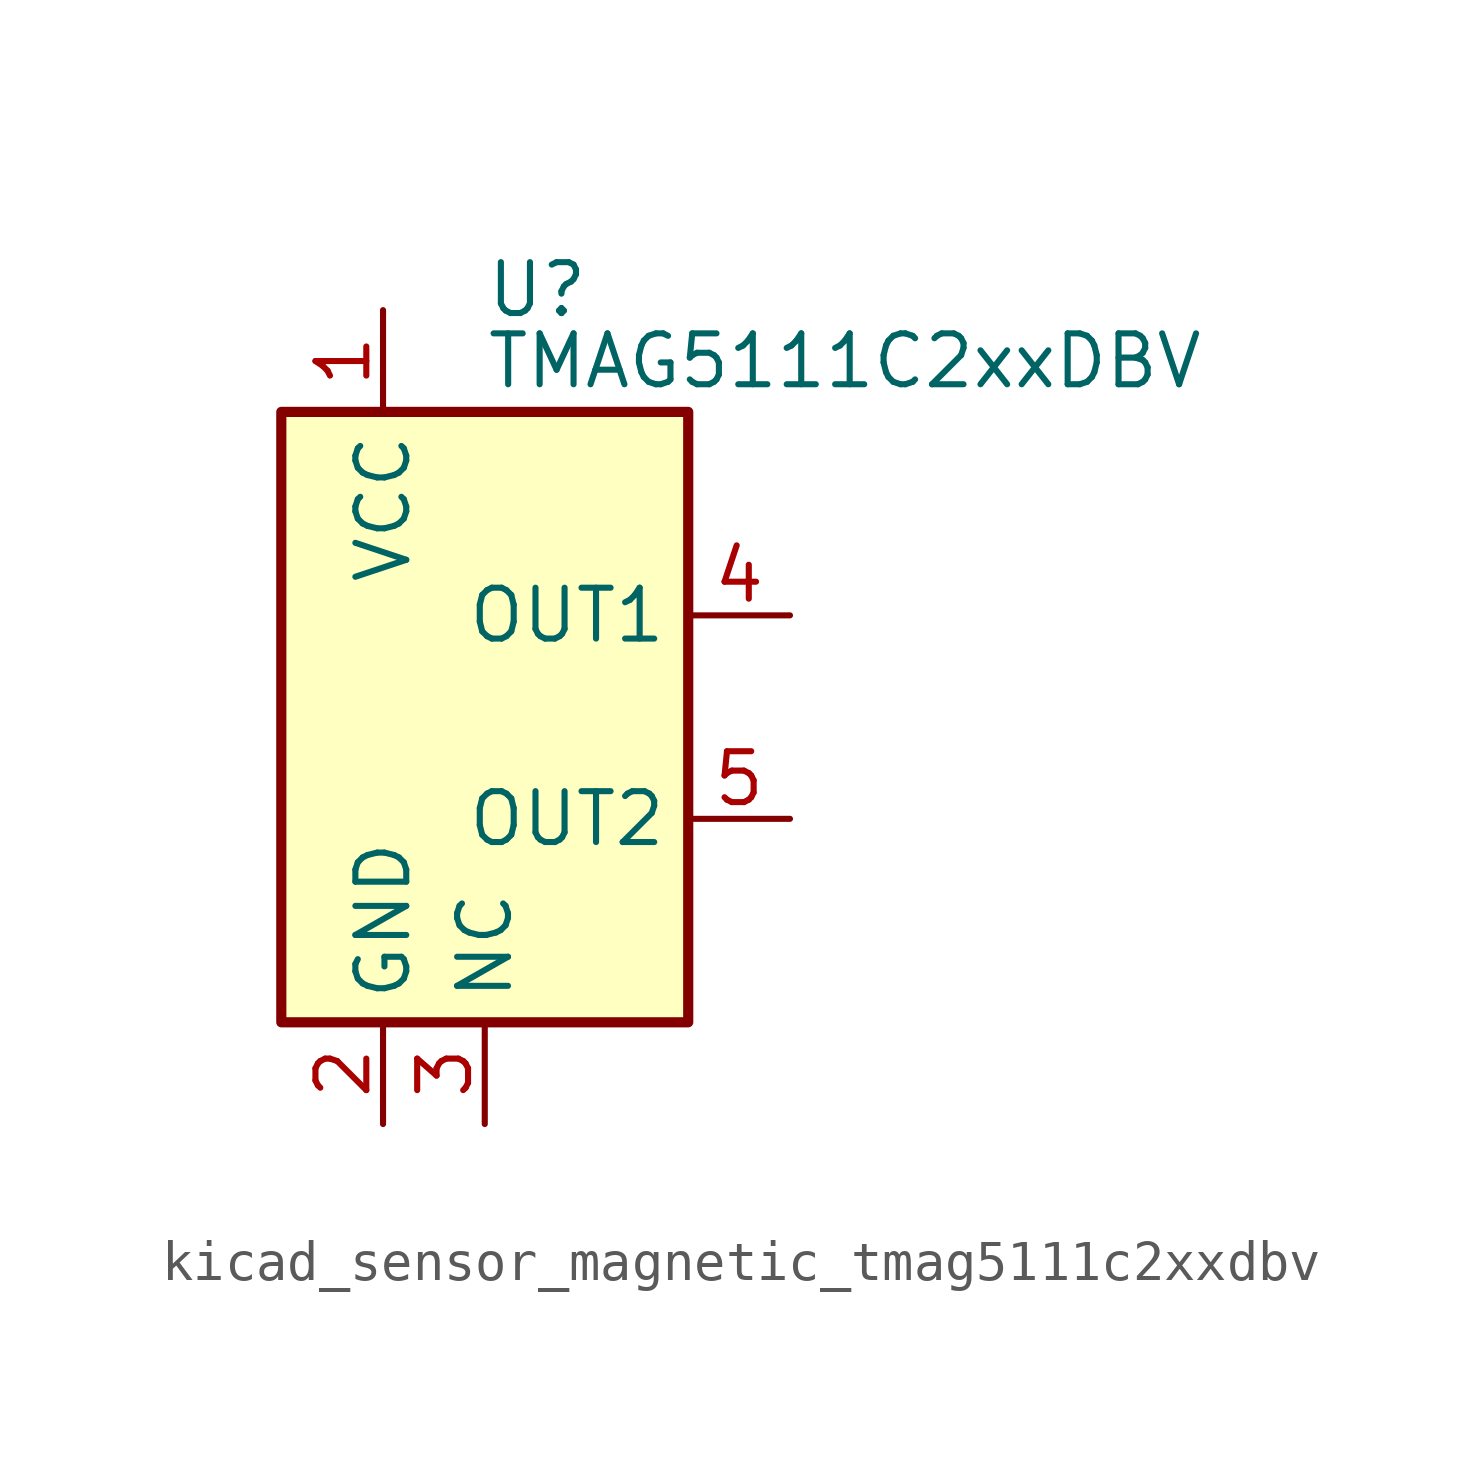
<source format=kicad_sym>
(kicad_symbol_lib
  (version 20220914)
  (generator kicad_symbol_editor)
  (symbol "kicad_sensor_magnetic_tmag5111c2xxdbv"
    (property "Reference" "U"
      (at 0 10.668 0)
      (effects (font (size 1.27 1.27)) (justify left)))
    (property "Value" "TMAG5111C2xxDBV"
      (at 0 8.89 0)
      (effects (font (size 1.27 1.27)) (justify left)))
    (symbol "kicad_sensor_magnetic_tmag5111c2xxdbv_0_0"
      (pin passive line (at 0 -10.16 90) (length 2.54) (name "NC" (effects (font (size 1.27 1.27)))) (number "3" (effects (font (size 1.27 1.27)))))
      (pin open_collector line (at 7.62 -2.54 180) (length 2.54) (name "OUT2" (effects (font (size 1.27 1.27)))) (number "5" (effects (font (size 1.27 1.27))))))
    (symbol "kicad_sensor_magnetic_tmag5111c2xxdbv_0_1"
      (rectangle (start -5.08 7.62) (end 5.08 -7.62) (stroke (width 0.254) (type default)) (fill (type background))))
    (symbol "kicad_sensor_magnetic_tmag5111c2xxdbv_1_1"
      (pin power_in line (at -2.54 10.16 270) (length 2.54) (name "VCC" (effects (font (size 1.27 1.27)))) (number "1" (effects (font (size 1.27 1.27)))))
      (pin power_in line (at -2.54 -10.16 90) (length 2.54) (name "GND" (effects (font (size 1.27 1.27)))) (number "2" (effects (font (size 1.27 1.27)))))
      (pin open_collector line (at 7.62 2.54 180) (length 2.54) (name "OUT1" (effects (font (size 1.27 1.27)))) (number "4" (effects (font (size 1.27 1.27))))))))
</source>
